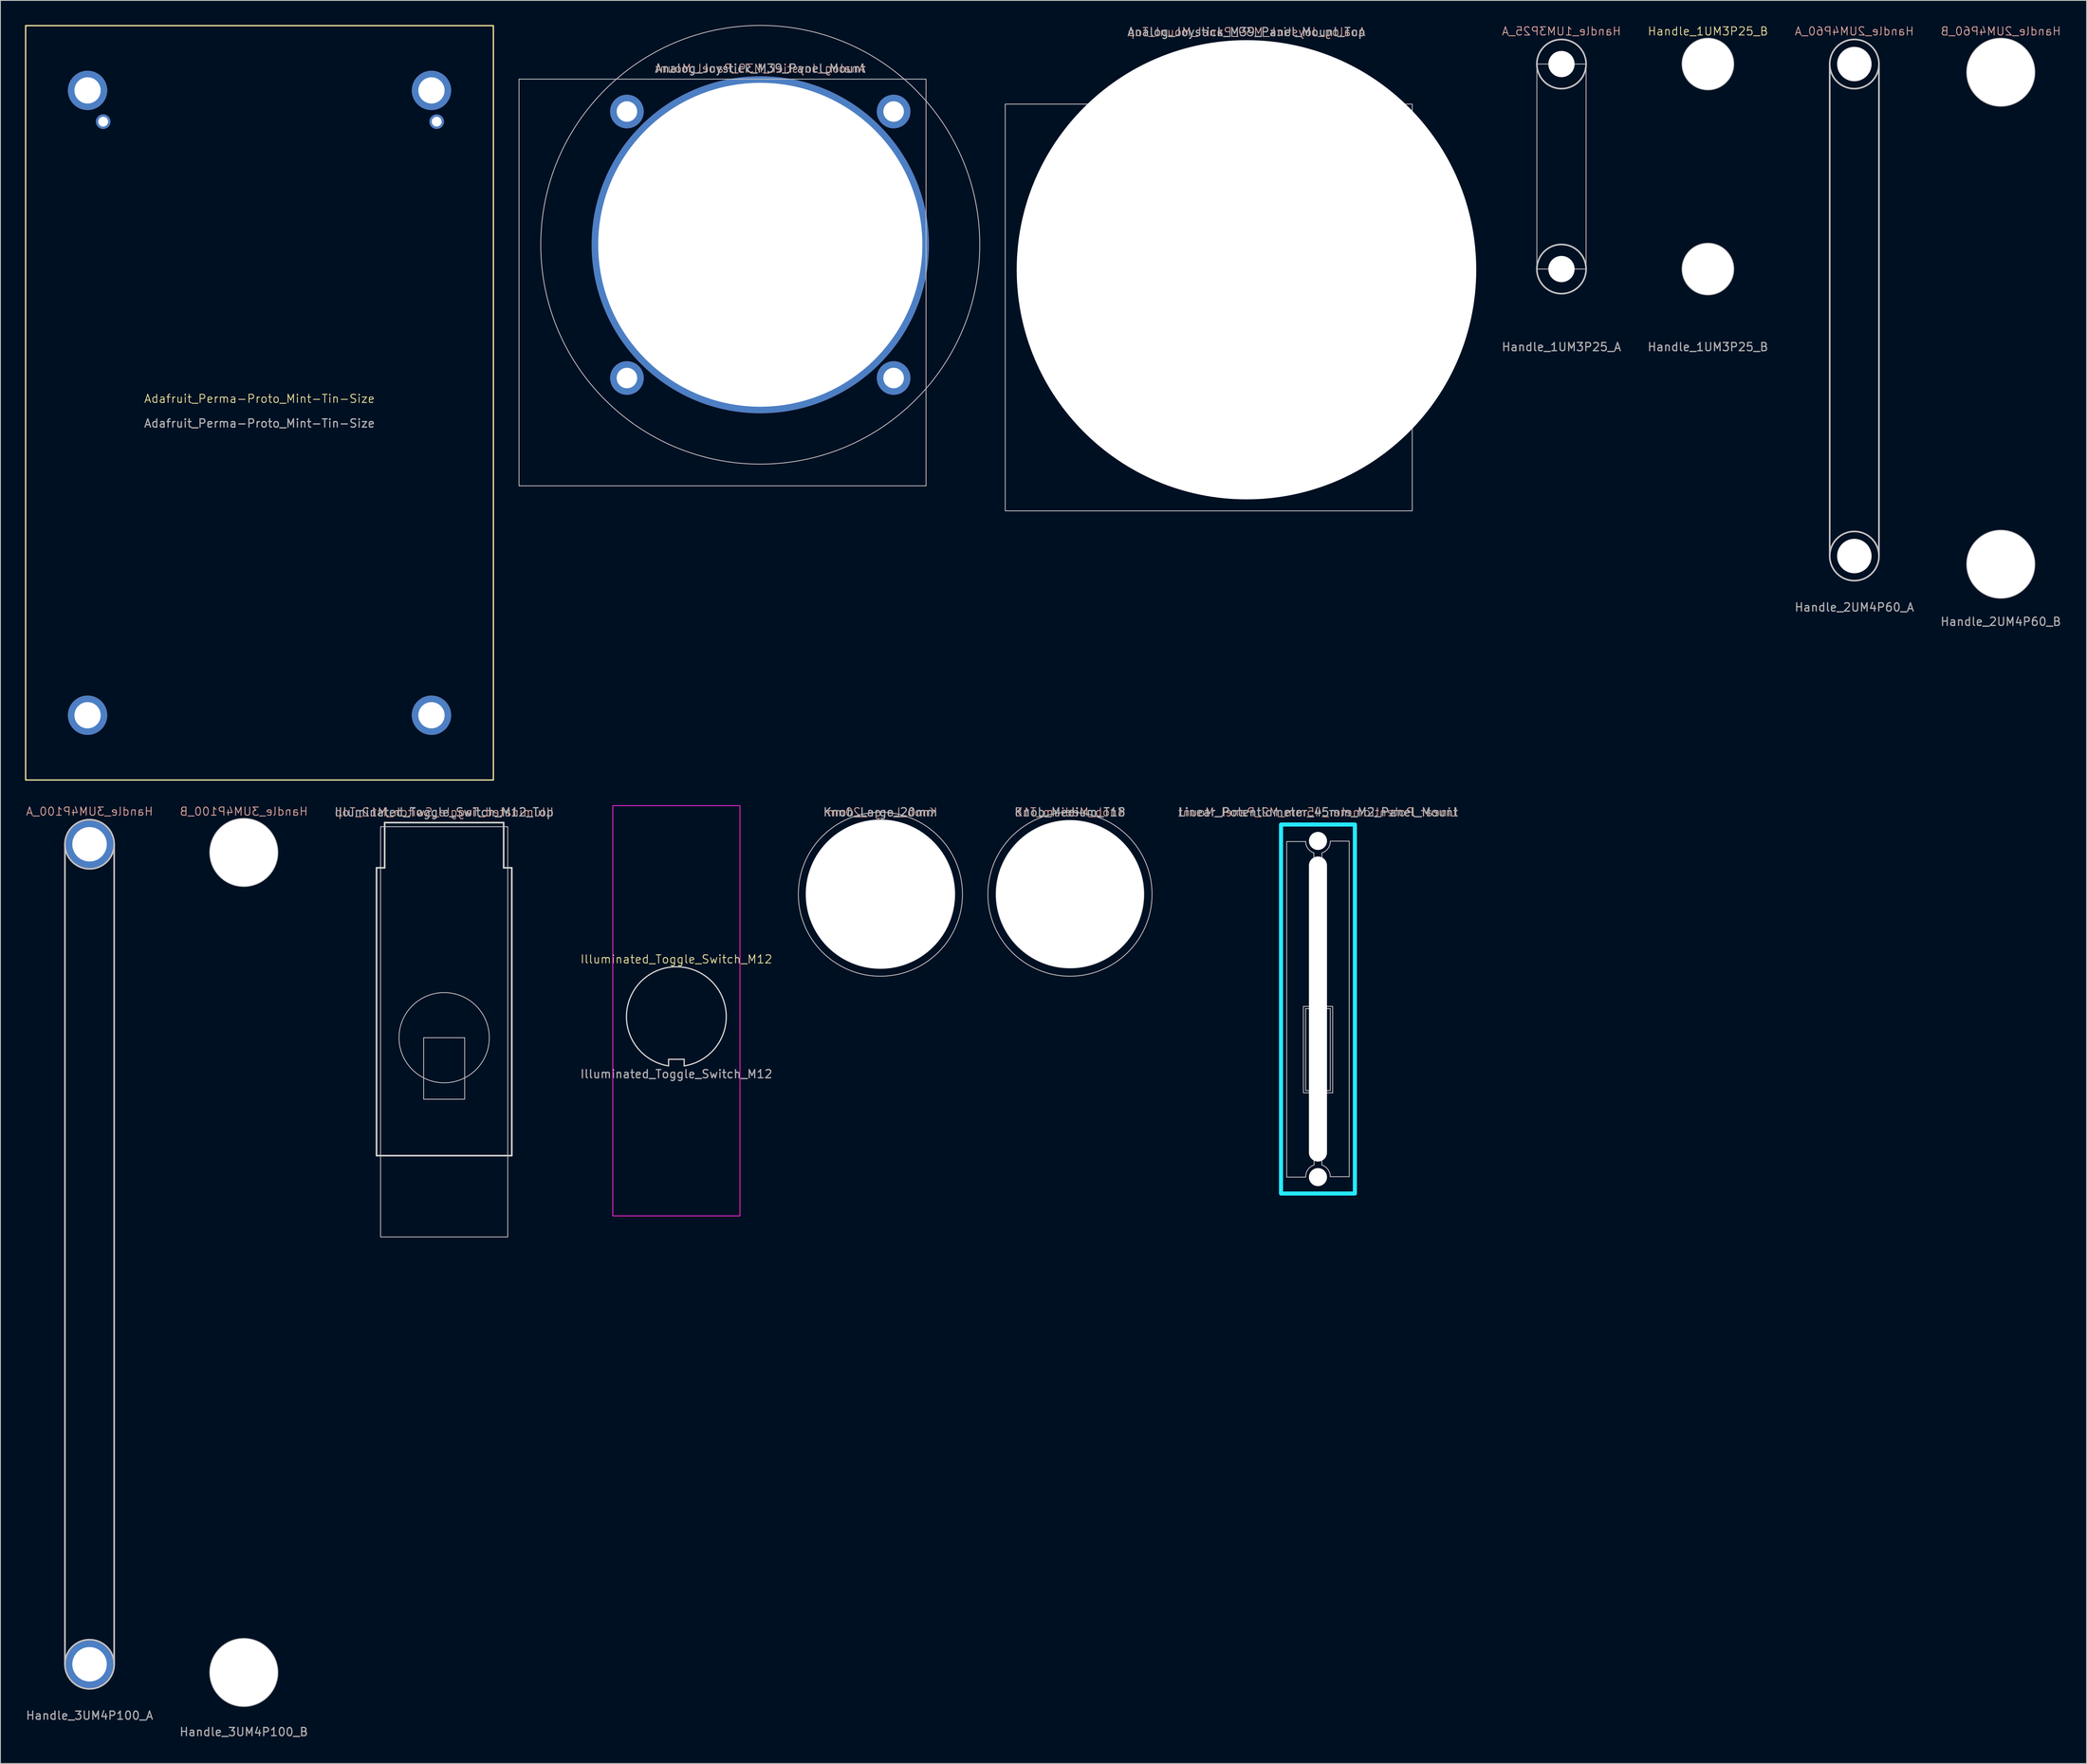
<source format=kicad_pcb>
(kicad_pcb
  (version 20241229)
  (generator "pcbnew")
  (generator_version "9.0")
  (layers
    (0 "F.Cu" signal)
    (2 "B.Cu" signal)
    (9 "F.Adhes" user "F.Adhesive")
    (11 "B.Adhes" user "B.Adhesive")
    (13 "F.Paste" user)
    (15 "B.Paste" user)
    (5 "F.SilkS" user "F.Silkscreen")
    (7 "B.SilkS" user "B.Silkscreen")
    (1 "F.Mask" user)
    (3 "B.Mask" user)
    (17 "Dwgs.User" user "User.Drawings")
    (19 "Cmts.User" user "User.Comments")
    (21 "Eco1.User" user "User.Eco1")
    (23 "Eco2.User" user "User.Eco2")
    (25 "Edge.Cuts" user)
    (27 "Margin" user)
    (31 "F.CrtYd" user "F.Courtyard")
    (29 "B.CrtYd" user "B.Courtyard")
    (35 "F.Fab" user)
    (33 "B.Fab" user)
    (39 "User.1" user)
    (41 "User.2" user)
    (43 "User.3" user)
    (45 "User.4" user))
  (footprint "Handle_2UM4P60_A"
    (layer "F.Cu")
    (at 222.927 4.761)
    (property "Reference" "Handle_2UM4P60_A" (at 0 -4 0) (unlocked yes) (layer "B.SilkS") (effects (font (size 1 1) (thickness 0.1)) (justify mirror)))
    (attr exclude_from_pos_files exclude_from_bom)
    (fp_line (start -3 0) (end -3 60) (stroke (width 0.2) (type solid)) (layer "Dwgs.User"))
    (fp_line (start 3 60) (end 3 0) (stroke (width 0.2) (type solid)) (layer "Dwgs.User"))
    (fp_circle (center 0 0) (end 3 0) (stroke (width 0.2) (type solid)) (fill no) (layer "Dwgs.User"))
    (fp_circle (center 0 60) (end 3 60) (stroke (width 0.2) (type solid)) (fill no) (layer "Dwgs.User"))
    (fp_text user "${REFERENCE}" (at 0 66.25 0) (unlocked yes) (layer "F.Fab") (effects (font (size 1 1) (thickness 0.15))))
    (pad "" np_thru_hole circle (at 0 0) (size 4.2 4.2) (drill 4.2) (layers "*.Cu" "*.Mask"))
    (pad "" np_thru_hole circle (at 0 60) (size 4.2 4.2) (drill 4.2) (layers "*.Cu" "*.Mask")))
  (footprint "Illuminated_Toggle_Switch_M12"
    (layer "F.Cu")
    (at 79.375 120.931)
    (property "Reference" "Illuminated_Toggle_Switch_M12" (at 0 -7 0) (unlocked yes) (layer "F.SilkS") (effects (font (size 1 1) (thickness 0.1))))
    (attr through_hole)
    (fp_line (start -0.95 5.2) (end -0.95 6.006) (stroke (width 0.15) (type default)) (layer "Edge.Cuts"))
    (fp_line (start -0.95 5.2) (end 0.95 5.2) (stroke (width 0.15) (type default)) (layer "Edge.Cuts"))
    (fp_line (start 0.95 5.2) (end 0.95 6.006) (stroke (width 0.15) (type default)) (layer "Edge.Cuts"))
    (fp_arc (start -0.95 6.00643) (mid 0 -6.08132) (end 0.95 6.00643) (stroke (width 0.15) (type default)) (layer "Edge.Cuts"))
    (fp_rect (start -7.75 -25.731) (end 7.75 24.3) (stroke (width 0.1) (type default)) (fill no) (layer "F.CrtYd"))
    (fp_text user "${REFERENCE}" (at 0 7 0) (unlocked yes) (layer "F.Fab") (effects (font (size 1 1) (thickness 0.15)))))
  (footprint "Knob_Medium_T18"
    (layer "F.Cu")
    (at 127.34 105.998)
    (property "Reference" "Knob_Medium_T18" (at 0 -10 0) (unlocked yes) (layer "B.SilkS") (effects (font (size 1 1) (thickness 0.1)) (justify mirror)))
    (attr through_hole)
    (fp_circle (center 0 0) (end 9 0) (stroke (width 0.1) (type solid)) (fill no) (layer "Dwgs.User"))
    (fp_circle (center 0 0) (end 10 0) (stroke (width 0.1) (type solid)) (fill no) (layer "Dwgs.User"))
    (fp_poly (pts (xy 0 -8) (xy -1 -7) (xy 1 -7)) (stroke (width 0.1) (type solid)) (fill no) (layer "Dwgs.User"))
    (fp_text user "${REFERENCE}" (at 0 -10 0) (unlocked yes) (layer "F.Fab") (effects (font (size 1 1) (thickness 0.15))))
    (pad "" np_thru_hole circle (at 0 0) (size 18 18) (drill 18) (layers "*.Cu" "*.Mask")))
  (footprint "Analog_Joystick_M39_Panel_Mount"
    (layer "F.Cu")
    (at 89.6 26.8)
    (property "Reference" "Analog_Joystick_M39_Panel_Mount" (at 0 -21.5 0) (unlocked yes) (layer "B.SilkS") (effects (font (size 1 1) (thickness 0.1)) (justify mirror)))
    (attr through_hole)
    (fp_rect (start -29.4 -20.2) (end 20.2 29.4) (stroke (width 0.1) (type default)) (fill no) (layer "Dwgs.User"))
    (fp_circle (center 0 0) (end 26.75 0) (stroke (width 0.1) (type default)) (fill no) (layer "Dwgs.User"))
    (fp_text user "${REFERENCE}" (at 0 -21.5 0) (unlocked yes) (layer "F.Fab") (effects (font (size 1 1) (thickness 0.15))))
    (pad "" thru_hole circle (at -16.25 -16.25) (size 4.1 4.1) (drill 2.5) (layers "*.Cu" "*.Mask"))
    (pad "" thru_hole circle (at -16.25 16.25) (size 4.1 4.1) (drill 2.5) (layers "*.Cu" "*.Mask"))
    (pad "" thru_hole circle (at 0 0) (size 41.1 41.1) (drill 39.5) (layers "*.Cu" "*.Mask"))
    (pad "" thru_hole circle (at 16.25 -16.25) (size 4.1 4.1) (drill 2.5) (layers "*.Cu" "*.Mask"))
    (pad "" thru_hole circle (at 16.25 16.25) (size 4.1 4.1) (drill 2.5) (layers "*.Cu" "*.Mask")))
  (footprint "Analog_Joystick_M39_Panel_Mount_Top"
    (layer "F.Cu")
    (at 148.85 29.848)
    (property "Reference" "Analog_Joystick_M39_Panel_Mount_Top" (at 0 -29 0) (unlocked yes) (layer "B.SilkS") (effects (font (size 1 1) (thickness 0.1)) (justify mirror)))
    (attr through_hole)
    (fp_rect (start -29.4 -20.2) (end 20.2 29.4) (stroke (width 0.1) (type default)) (fill no) (layer "Dwgs.User"))
    (fp_circle (center -16.25 -16.25) (end -15 -16.25) (stroke (width 0.1) (type default)) (fill no) (layer "Dwgs.User"))
    (fp_circle (center -16.25 16.25) (end -15 16.25) (stroke (width 0.1) (type default)) (fill no) (layer "Dwgs.User"))
    (fp_circle (center 0 0) (end 19.75 0) (stroke (width 0.1) (type default)) (fill no) (layer "Dwgs.User"))
    (fp_circle (center 0 0) (end 26.75 0) (stroke (width 0.1) (type default)) (fill no) (layer "Dwgs.User"))
    (fp_circle (center 16.25 -16.25) (end 17.5 -16.25) (stroke (width 0.1) (type default)) (fill no) (layer "Dwgs.User"))
    (fp_circle (center 16.25 16.25) (end 17.5 16.25) (stroke (width 0.1) (type default)) (fill no) (layer "Dwgs.User"))
    (fp_text user "${REFERENCE}" (at 0 -29 0) (unlocked yes) (layer "F.Fab") (effects (font (size 1 1) (thickness 0.15))))
    (pad "" np_thru_hole circle (at 0 0) (size 56 56) (drill 56) (layers "*.Cu" "*.Mask")))
  (footprint "Knob_Large_20mm"
    (layer "F.Cu")
    (at 104.24 105.998)
    (property "Reference" "Knob_Large_20mm" (at 0 -10 0) (unlocked yes) (layer "B.SilkS") (effects (font (size 1 1) (thickness 0.1)) (justify mirror)))
    (attr through_hole)
    (fp_circle (center 0 0) (end 9 0) (stroke (width 0.1) (type solid)) (fill no) (layer "Dwgs.User"))
    (fp_circle (center 0 0) (end 10 0) (stroke (width 0.1) (type solid)) (fill no) (layer "Dwgs.User"))
    (fp_poly (pts (xy 0 -8) (xy -1 -7) (xy 1 -7)) (stroke (width 0.1) (type solid)) (fill no) (layer "Dwgs.User"))
    (fp_text user "${REFERENCE}" (at 0 -10 0) (unlocked yes) (layer "F.Fab") (effects (font (size 1 1) (thickness 0.15))))
    (pad "" np_thru_hole circle (at 0 0) (size 18.2 18.2) (drill 18.2) (layers "*.Cu" "*.Mask")))
  (footprint "Handle_1UM3P25_B"
    (layer "F.Cu")
    (at 205.082 4.761)
    (property "Reference" "Handle_1UM3P25_B" (at 0 -4 0) (unlocked yes) (layer "F.SilkS") (effects (font (size 1 1) (thickness 0.1))))
    (attr exclude_from_pos_files exclude_from_bom)
    (fp_circle (center 0 0) (end 3.1 0) (stroke (width 0.2) (type solid)) (fill no) (layer "Dwgs.User"))
    (fp_circle (center 0 25) (end 3.1 25) (stroke (width 0.2) (type solid)) (fill no) (layer "Dwgs.User"))
    (fp_text user "${REFERENCE}" (at 0 34.5 0) (unlocked yes) (layer "F.Fab") (effects (font (size 1 1) (thickness 0.15))))
    (pad "" np_thru_hole circle (at 0 0) (size 6.2 6.2) (drill 6.2) (layers "*.Cu" "*.Mask"))
    (pad "" np_thru_hole circle (at 0 25) (size 6.2 6.2) (drill 6.2) (layers "*.Cu" "*.Mask")))
  (footprint "Illuminated_Toggle_Switch_M12_Top"
    (layer "F.Cu")
    (at 51.077 123.498)
    (property "Reference" "Illuminated_Toggle_Switch_M12_Top" (at 0 -27.5 0) (unlocked yes) (layer "B.SilkS") (effects (font (size 1 1) (thickness 0.1)) (justify mirror)))
    (attr through_hole)
    (fp_rect (start -7.75 -25.731) (end 7.75 24.3) (stroke (width 0.1) (type solid)) (fill no) (layer "Dwgs.User"))
    (fp_rect (start -2.5 0) (end 2.5 7.5) (stroke (width 0.1) (type default)) (fill no) (layer "Dwgs.User"))
    (fp_circle (center 0 0) (end 5.5 0) (stroke (width 0.1) (type solid)) (fill no) (layer "Dwgs.User"))
    (fp_line (start -8.242 -20.718) (end -8.242 14.385) (stroke (width 0.2) (type solid)) (layer "Edge.Cuts"))
    (fp_line (start -8.242 14.385) (end 8.242 14.385) (stroke (width 0.2) (type solid)) (layer "Edge.Cuts"))
    (fp_line (start -7.25 -26.231) (end -7.25 -20.718) (stroke (width 0.2) (type solid)) (layer "Edge.Cuts"))
    (fp_line (start -7.25 -26.231) (end 7.25 -26.231) (stroke (width 0.2) (type solid)) (layer "Edge.Cuts"))
    (fp_line (start -7.25 -20.718) (end -8.242 -20.718) (stroke (width 0.2) (type solid)) (layer "Edge.Cuts"))
    (fp_line (start 7.25 -26.231) (end 7.25 -20.718) (stroke (width 0.2) (type solid)) (layer "Edge.Cuts"))
    (fp_line (start 7.25 -20.718) (end 8.242 -20.718) (stroke (width 0.2) (type solid)) (layer "Edge.Cuts"))
    (fp_line (start 8.242 -20.718) (end 8.242 14.385) (stroke (width 0.2) (type solid)) (layer "Edge.Cuts"))
    (fp_text user "${REFERENCE}" (at 0 -27.5 0) (unlocked yes) (layer "F.Fab") (effects (font (size 1 1) (thickness 0.15)))))
  (footprint "Handle_3UM4P100_B"
    (layer "F.Cu")
    (at 26.661 100.91)
    (property "Reference" "Handle_3UM4P100_B" (at 0 -5 0) (unlocked yes) (layer "B.SilkS") (effects (font (size 1 1) (thickness 0.1)) (justify mirror)))
    (attr exclude_from_pos_files exclude_from_bom)
    (fp_circle (center 0 0) (end 4.1 0) (stroke (width 0.2) (type solid)) (fill no) (layer "Dwgs.User"))
    (fp_circle (center 0 100) (end 4.1 100) (stroke (width 0.2) (type solid)) (fill no) (layer "Dwgs.User"))
    (fp_text user "${REFERENCE}" (at 0 107.25 0) (unlocked yes) (layer "F.Fab") (effects (font (size 1 1) (thickness 0.15))))
    (pad "" np_thru_hole circle (at 0 0) (size 8.2 8.2) (drill 8.2) (layers "*.Cu" "*.Mask"))
    (pad "" np_thru_hole circle (at 0 100) (size 8.2 8.2) (drill 8.2) (layers "*.Cu" "*.Mask")))
  (footprint "Handle_3UM4P100_A"
    (layer "F.Cu")
    (at 7.863 99.91)
    (property "Reference" "Handle_3UM4P100_A" (at 0 -4 0) (unlocked yes) (layer "B.SilkS") (effects (font (size 1 1) (thickness 0.1)) (justify mirror)))
    (attr exclude_from_pos_files exclude_from_bom)
    (fp_line (start -3 0) (end -3 100) (stroke (width 0.2) (type solid)) (layer "Dwgs.User"))
    (fp_line (start 3 100) (end 3 0) (stroke (width 0.2) (type solid)) (layer "Dwgs.User"))
    (fp_circle (center 0 0) (end 3 0) (stroke (width 0.2) (type solid)) (fill no) (layer "Dwgs.User"))
    (fp_circle (center 0 100) (end 3 100) (stroke (width 0.2) (type solid)) (fill no) (layer "Dwgs.User"))
    (fp_text user "${REFERENCE}" (at 0 106.25 0) (unlocked yes) (layer "F.Fab") (effects (font (size 1 1) (thickness 0.15))))
    (pad "" thru_hole circle (at 0 0) (size 5.8 5.8) (drill 4.2) (layers "*.Cu" "*.Mask"))
    (pad "" thru_hole circle (at 0 100) (size 5.8 5.8) (drill 4.2) (layers "*.Cu" "*.Mask")))
  (footprint "Handle_1UM3P25_A"
    (layer "F.Cu")
    (at 187.237 4.761)
    (property "Reference" "Handle_1UM3P25_A" (at 0 -4 0) (unlocked yes) (layer "B.SilkS") (effects (font (size 1 1) (thickness 0.1)) (justify mirror)))
    (attr exclude_from_pos_files exclude_from_bom)
    (fp_rect (start -3 0) (end 3 25) (stroke (width 0.1) (type solid)) (fill no) (layer "Dwgs.User"))
    (fp_circle (center 0 0) (end 3 0) (stroke (width 0.2) (type solid)) (fill no) (layer "Dwgs.User"))
    (fp_circle (center 0 25) (end 3 25) (stroke (width 0.2) (type solid)) (fill no) (layer "Dwgs.User"))
    (fp_text user "${REFERENCE}" (at 0 34.5 0) (unlocked yes) (layer "F.Fab") (effects (font (size 1 1) (thickness 0.15))))
    (pad "" np_thru_hole circle (at 0 0) (size 3.2 3.2) (drill 3.2) (layers "*.Cu" "*.Mask"))
    (pad "" np_thru_hole circle (at 0 25) (size 3.2 3.2) (drill 3.2) (layers "*.Cu" "*.Mask")))
  (footprint "Linear_Potentiometer_45mm_M2_Panel_Mount"
    (layer "F.Cu")
    (at 157.563 120.001)
    (property "Reference" "Linear_Potentiometer_45mm_M2_Panel_Mount" (at 0 -24.003 0) (unlocked yes) (layer "B.SilkS") (effects (font (size 1 1) (thickness 0.1)) (justify mirror)))
    (attr through_hole)
    (fp_line (start -3.81 20.499) (end -3.81 -20.421) (stroke (width 0.1) (type default)) (layer "Dwgs.User"))
    (fp_line (start -3.81 20.499) (end -1.501 20.499) (stroke (width 0.1) (type default)) (layer "Dwgs.User"))
    (fp_line (start -1.778 -0.321) (end -0.508 -0.321) (stroke (width 0.1) (type default)) (layer "Dwgs.User"))
    (fp_line (start -1.778 10.22) (end -1.778 -0.321) (stroke (width 0.1) (type default)) (layer "Dwgs.User"))
    (fp_line (start -1.5 -20.421) (end -3.81 -20.421) (stroke (width 0.1) (type default)) (layer "Dwgs.User"))
    (fp_line (start -0.508 -0.321) (end -0.5 -19.032) (stroke (width 0.1) (type default)) (layer "Dwgs.User"))
    (fp_line (start -0.474 10.22) (end -1.778 10.22) (stroke (width 0.1) (type default)) (layer "Dwgs.User"))
    (fp_line (start -0.474 18.983) (end -0.474 10.22) (stroke (width 0.1) (type default)) (layer "Dwgs.User"))
    (fp_line (start 0 -15) (end 0 15) (stroke (width 0.1) (type default)) (layer "Dwgs.User"))
    (fp_line (start 0.474 18.983) (end 0.474 10.22) (stroke (width 0.1) (type default)) (layer "Dwgs.User"))
    (fp_line (start 0.508 -0.321) (end 0.474 -19.024) (stroke (width 0.1) (type default)) (layer "Dwgs.User"))
    (fp_line (start 0.508 -0.321) (end 1.778 -0.321) (stroke (width 0.1) (type default)) (layer "Dwgs.User"))
    (fp_line (start 1.501 20.447) (end 3.81 20.447) (stroke (width 0.1) (type default)) (layer "Dwgs.User"))
    (fp_line (start 1.795 10.22) (end 0.491 10.22) (stroke (width 0.1) (type default)) (layer "Dwgs.User"))
    (fp_line (start 1.795 10.22) (end 1.795 -0.321) (stroke (width 0.1) (type default)) (layer "Dwgs.User"))
    (fp_line (start 3.81 -20.473) (end 1.5 -20.473) (stroke (width 0.1) (type default)) (layer "Dwgs.User"))
    (fp_line (start 3.81 20.447) (end 3.81 -20.473) (stroke (width 0.1) (type default)) (layer "Dwgs.User"))
    (fp_rect (start -1.5 -0.053) (end 1.5 9.947) (stroke (width 0.1) (type solid)) (fill no) (layer "Dwgs.User"))
    (fp_arc (start -1.499996 20.447003) (mid -1.21686 19.569937) (end -0.474338 19.023978) (stroke (width 0.1) (type default)) (layer "Dwgs.User"))
    (fp_arc (start -0.500004 -19.03182) (mid -1.225401 -19.580318) (end -1.500918 -20.447003) (stroke (width 0.1) (type default)) (layer "Dwgs.User"))
    (fp_arc (start 0.500004 19.03182) (mid 1.225401 19.580318) (end 1.500918 20.447003) (stroke (width 0.1) (type default)) (layer "Dwgs.User"))
    (fp_arc (start 1.499996 -20.447003) (mid 1.21686 -19.569937) (end 0.474338 -19.023978) (stroke (width 0.1) (type default)) (layer "Dwgs.User"))
    (fp_rect (start -4.5 -22.5) (end 4.5 22.5) (stroke (width 0.5) (type default)) (fill no) (layer "B.CrtYd"))
    (fp_text user "${REFERENCE}" (at 0 -24.003 0) (unlocked yes) (layer "F.Fab") (effects (font (size 1 1) (thickness 0.15))))
    (pad "" np_thru_hole circle (at 0 -20.5) (size 2.2 2.2) (drill 2.2) (layers "*.Cu" "*.Mask"))
    (pad "" np_thru_hole oval (at 0 0) (size 2.2 37.2) (drill oval 2.2 37.2) (layers "*.Cu" "*.Mask"))
    (pad "" np_thru_hole circle (at 0 20.5) (size 2.2 2.2) (drill 2.2) (layers "*.Cu" "*.Mask")))
  (footprint "Handle_2UM4P60_B"
    (layer "F.Cu")
    (at 240.773 5.761)
    (property "Reference" "Handle_2UM4P60_B" (at 0 -5 0) (unlocked yes) (layer "B.SilkS") (effects (font (size 1 1) (thickness 0.1)) (justify mirror)))
    (attr exclude_from_pos_files exclude_from_bom)
    (fp_circle (center 0 0) (end 4.1 0) (stroke (width 0.2) (type solid)) (fill no) (layer "Dwgs.User"))
    (fp_circle (center 0 60) (end 4.1 60) (stroke (width 0.2) (type solid)) (fill no) (layer "Dwgs.User"))
    (fp_text user "${REFERENCE}" (at 0 67 0) (unlocked yes) (layer "F.Fab") (effects (font (size 1 1) (thickness 0.15))))
    (pad "" np_thru_hole circle (at 0 0) (size 8.2 8.2) (drill 8.2) (layers "*.Cu" "*.Mask"))
    (pad "" np_thru_hole circle (at 0 60) (size 8.2 8.2) (drill 8.2) (layers "*.Cu" "*.Mask")))
  (footprint "Adafruit_Perma-Proto_Mint-Tin-Size"
    (layer "F.Cu")
    (at 28.575 46.075)
    (property "Reference" "Adafruit_Perma-Proto_Mint-Tin-Size" (at 0 -0.5 0) (unlocked yes) (layer "F.SilkS") (effects (font (size 1 1) (thickness 0.1))))
    (attr exclude_from_pos_files exclude_from_bom)
    (fp_rect (start -28.5 -46) (end 28.5 46) (stroke (width 0.15) (type solid)) (fill no) (layer "F.SilkS"))
    (fp_text user "${REFERENCE}" (at 0 2.5 0) (unlocked yes) (layer "F.Fab") (effects (font (size 1 1) (thickness 0.15))))
    (pad "1" thru_hole circle (at -20.955 -38.1) (size 4.8 4.8) (drill 3.2) (layers "*.Cu" "*.Mask"))
    (pad "2" thru_hole circle (at 20.955 -38.1) (size 4.8 4.8) (drill 3.2) (layers "*.Cu" "*.Mask"))
    (pad "3" thru_hole circle (at -20.955 38.1) (size 4.8 4.8) (drill 3.2) (layers "*.Cu" "*.Mask"))
    (pad "4" thru_hole circle (at 20.955 38.1) (size 4.8 4.8) (drill 3.2) (layers "*.Cu" "*.Mask"))
    (pad "5" thru_hole circle (at -19.05 -34.29) (size 1.778 1.778) (drill 1.2) (layers "*.Cu" "*.Mask"))
    (pad "6" thru_hole circle (at 21.59 -34.29) (size 1.778 1.778) (drill 1.2) (layers "*.Cu" "*.Mask")))
  (gr_rect
    (start -3 -3)
    (end 251.231 212.009)
    (stroke (width 0.1) (type default))
    (fill no)
    (layer "Edge.Cuts")))
</source>
